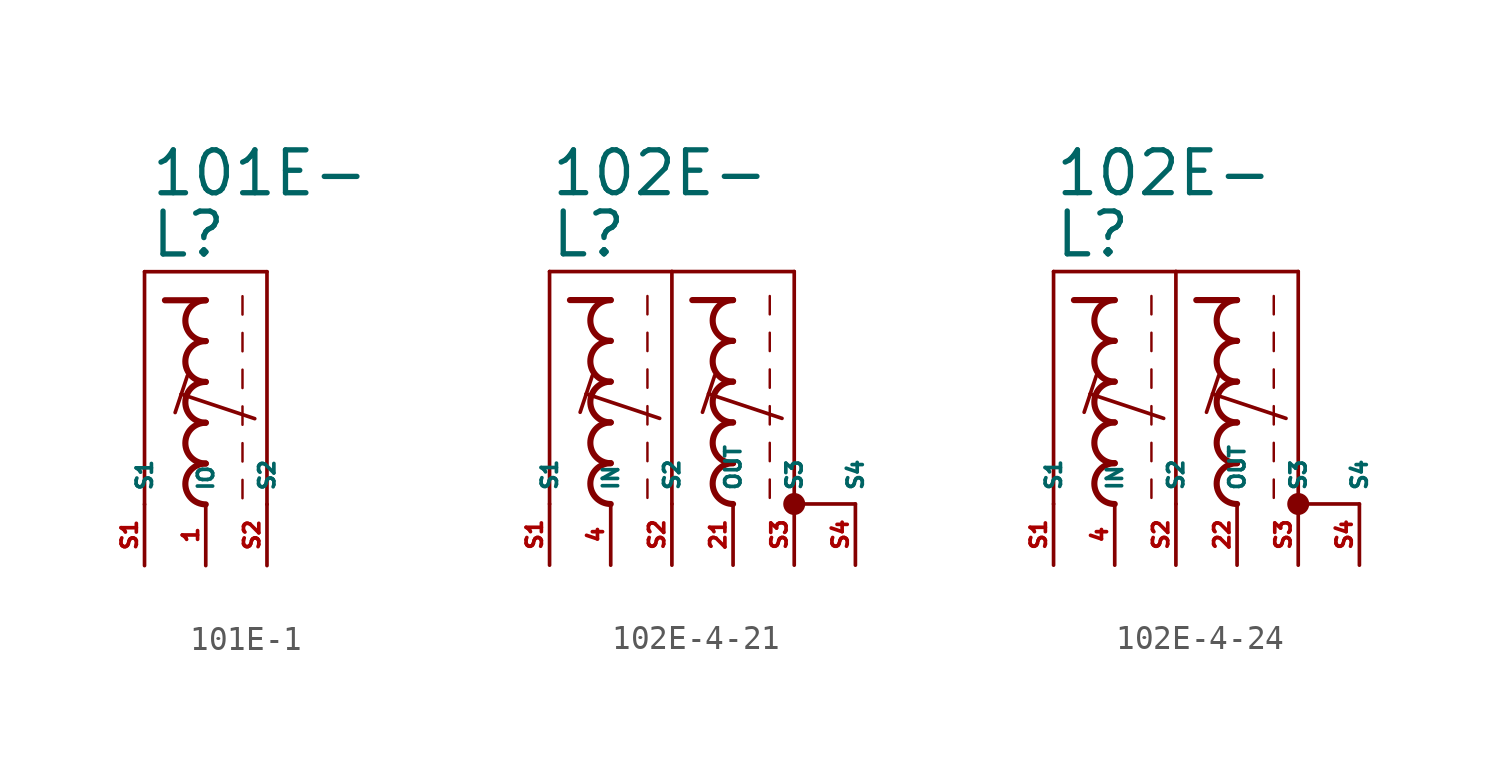
<source format=kicad_sym>
(kicad_symbol_lib
  (version 20220914)
  (generator kicad_symbol_editor)
  (symbol "101E-1"
    (property "Reference" "L"
      (at -2.34 5.08 0)
      (effects (font (size 1.778 1.778) (thickness 0.22)) (justify left bottom)))
    (property "Value" "101E-"
      (at -2.34 7.62 0)
      (effects (font (size 1.778 1.778) (thickness 0.22)) (justify left bottom)))
    (symbol "101E-1_1_1"
      (arc (start 0 -3.3866) (mid -0.8464 -4.2333) (end 0 -5.08) (stroke (width 0.254) (type default)) (fill (type none)))
      (arc (start 0 -1.6932) (mid -0.8464 -2.5399) (end 0 -3.3866) (stroke (width 0.254) (type default)) (fill (type none)))
      (arc (start 0 0) (mid -0.8464 -0.8467) (end 0 -1.6934) (stroke (width 0.254) (type default)) (fill (type none)))
      (polyline (pts (xy -2.54 -5.08) (xy -2.54 4.572)) (stroke (width 0.152) (type default)) (fill (type none)))
      (polyline (pts (xy -2.54 4.572) (xy 2.54 4.572)) (stroke (width 0.152) (type default)) (fill (type none)))
      (polyline (pts (xy -1.016 -0.508) (xy -1.27 -1.27)) (stroke (width 0.152) (type default)) (fill (type none)))
      (polyline (pts (xy -0.762 0.254) (xy -1.016 -0.508)) (stroke (width 0.152) (type default)) (fill (type none)))
      (polyline (pts (xy 0 3.387) (xy -1.693 3.387)) (stroke (width 0.254) (type default)) (fill (type none)))
      (polyline (pts (xy 1.524 -4.064) (xy 1.524 -4.826)) (stroke (width 0.102) (type default)) (fill (type none)))
      (polyline (pts (xy 1.524 -2.54) (xy 1.524 -3.302)) (stroke (width 0.102) (type default)) (fill (type none)))
      (polyline (pts (xy 1.524 -1.016) (xy 1.524 -1.778)) (stroke (width 0.102) (type default)) (fill (type none)))
      (polyline (pts (xy 1.524 0.508) (xy 1.524 -0.254)) (stroke (width 0.102) (type default)) (fill (type none)))
      (polyline (pts (xy 1.524 2.032) (xy 1.524 1.27)) (stroke (width 0.102) (type default)) (fill (type none)))
      (polyline (pts (xy 1.524 3.556) (xy 1.524 2.794)) (stroke (width 0.102) (type default)) (fill (type none)))
      (polyline (pts (xy 2.032 -1.524) (xy -1.016 -0.508)) (stroke (width 0.152) (type default)) (fill (type none)))
      (polyline (pts (xy 2.54 4.572) (xy 2.54 -5.08)) (stroke (width 0.152) (type default)) (fill (type none)))
      (arc (start 0 1.6934) (mid -0.8464 0.8467) (end 0 0) (stroke (width 0.254) (type default)) (fill (type none)))
      (arc (start 0 3.3866) (mid -0.8462 2.54) (end 0 1.6934) (stroke (width 0.254) (type default)) (fill (type none)))
      (pin passive line (at 0 -7.62 90) (length 2.54) (name "IO" (effects (font (size 0.635 0.635)))) (number "1" (effects (font (size 0.635 0.635)))))
      (pin passive line (at -2.54 -7.62 90) (length 2.54) (name "S1" (effects (font (size 0.635 0.635)))) (number "S1" (effects (font (size 0.635 0.635)))))
      (pin passive line (at 2.54 -7.62 90) (length 2.54) (name "S2" (effects (font (size 0.635 0.635)))) (number "S2" (effects (font (size 0.635 0.635)))))))
  (symbol "102E-4-21"
    (property "Reference" "L"
      (at -5.08 7.62 0)
      (effects (font (size 1.778 1.778) (thickness 0.22)) (justify left bottom)))
    (property "Value" "102E-"
      (at -5.08 10.16 0)
      (effects (font (size 1.778 1.778) (thickness 0.22)) (justify left bottom)))
    (symbol "102E-4-21_1_1"
      (arc (start -2.54 -0.8466) (mid -3.3864 -1.6933) (end -2.54 -2.54) (stroke (width 0.254) (type default)) (fill (type none)))
      (arc (start -2.54 0.8466) (mid -3.3862 0) (end -2.54 -0.8466) (stroke (width 0.254) (type default)) (fill (type none)))
      (arc (start -2.54 2.54) (mid -3.3864 1.6933) (end -2.54 0.8466) (stroke (width 0.254) (type default)) (fill (type none)))
      (arc (start -2.54 4.2334) (mid -3.3864 3.3867) (end -2.54 2.54) (stroke (width 0.254) (type default)) (fill (type none)))
      (arc (start -2.54 5.9266) (mid -3.3862 5.08) (end -2.54 4.2334) (stroke (width 0.254) (type default)) (fill (type none)))
      (polyline (pts (xy -5.08 -2.54) (xy -5.08 7.112)) (stroke (width 0.152) (type default)) (fill (type none)))
      (polyline (pts (xy -5.08 7.112) (xy 0 7.112)) (stroke (width 0.152) (type default)) (fill (type none)))
      (polyline (pts (xy -3.556 2.032) (xy -3.81 1.27)) (stroke (width 0.152) (type default)) (fill (type none)))
      (polyline (pts (xy -3.302 2.794) (xy -3.556 2.032)) (stroke (width 0.152) (type default)) (fill (type none)))
      (polyline (pts (xy -2.54 5.927) (xy -4.233 5.927)) (stroke (width 0.254) (type default)) (fill (type none)))
      (polyline (pts (xy -1.016 -1.524) (xy -1.016 -2.286)) (stroke (width 0.102) (type default)) (fill (type none)))
      (polyline (pts (xy -1.016 0) (xy -1.016 -0.762)) (stroke (width 0.102) (type default)) (fill (type none)))
      (polyline (pts (xy -1.016 1.524) (xy -1.016 0.762)) (stroke (width 0.102) (type default)) (fill (type none)))
      (polyline (pts (xy -1.016 3.048) (xy -1.016 2.286)) (stroke (width 0.102) (type default)) (fill (type none)))
      (polyline (pts (xy -1.016 4.572) (xy -1.016 3.81)) (stroke (width 0.102) (type default)) (fill (type none)))
      (polyline (pts (xy -1.016 6.096) (xy -1.016 5.334)) (stroke (width 0.102) (type default)) (fill (type none)))
      (polyline (pts (xy -0.508 1.016) (xy -3.556 2.032)) (stroke (width 0.152) (type default)) (fill (type none)))
      (polyline (pts (xy 0 7.112) (xy 0 -2.54)) (stroke (width 0.152) (type default)) (fill (type none)))
      (polyline (pts (xy 0 7.112) (xy 5.08 7.112)) (stroke (width 0.152) (type default)) (fill (type none)))
      (polyline (pts (xy 1.524 2.032) (xy 1.27 1.27)) (stroke (width 0.152) (type default)) (fill (type none)))
      (polyline (pts (xy 1.778 2.794) (xy 1.524 2.032)) (stroke (width 0.152) (type default)) (fill (type none)))
      (polyline (pts (xy 2.54 5.927) (xy 0.847 5.927)) (stroke (width 0.254) (type default)) (fill (type none)))
      (polyline (pts (xy 4.064 -1.524) (xy 4.064 -2.286)) (stroke (width 0.102) (type default)) (fill (type none)))
      (polyline (pts (xy 4.064 0) (xy 4.064 -0.762)) (stroke (width 0.102) (type default)) (fill (type none)))
      (polyline (pts (xy 4.064 1.524) (xy 4.064 0.762)) (stroke (width 0.102) (type default)) (fill (type none)))
      (polyline (pts (xy 4.064 3.048) (xy 4.064 2.286)) (stroke (width 0.102) (type default)) (fill (type none)))
      (polyline (pts (xy 4.064 4.572) (xy 4.064 3.81)) (stroke (width 0.102) (type default)) (fill (type none)))
      (polyline (pts (xy 4.064 6.096) (xy 4.064 5.334)) (stroke (width 0.102) (type default)) (fill (type none)))
      (polyline (pts (xy 4.572 1.016) (xy 1.524 2.032)) (stroke (width 0.152) (type default)) (fill (type none)))
      (polyline (pts (xy 5.08 7.112) (xy 5.08 -2.54)) (stroke (width 0.152) (type default)) (fill (type none)))
      (polyline (pts (xy 7.62 -2.54) (xy 5.08 -2.54)) (stroke (width 0.152) (type default)) (fill (type none)))
      (arc (start 2.54 -0.8466) (mid 1.6936 -1.6933) (end 2.54 -2.54) (stroke (width 0.254) (type default)) (fill (type none)))
      (arc (start 2.54 0.8466) (mid 1.6938 0) (end 2.54 -0.8466) (stroke (width 0.254) (type default)) (fill (type none)))
      (arc (start 2.54 2.54) (mid 1.6936 1.6933) (end 2.54 0.8466) (stroke (width 0.254) (type default)) (fill (type none)))
      (arc (start 2.54 4.2334) (mid 1.6936 3.3867) (end 2.54 2.54) (stroke (width 0.254) (type default)) (fill (type none)))
      (arc (start 2.54 5.9266) (mid 1.6938 5.08) (end 2.54 4.2334) (stroke (width 0.254) (type default)) (fill (type none)))
      (circle (center 5.08 -2.54) (radius 0.254) (stroke (width 0.406) (type default)) (fill (type none)))
      (pin passive line (at 2.54 -5.08 90) (length 2.54) (name "OUT" (effects (font (size 0.635 0.635)))) (number "21" (effects (font (size 0.635 0.635)))))
      (pin passive line (at -2.54 -5.08 90) (length 2.54) (name "IN" (effects (font (size 0.635 0.635)))) (number "4" (effects (font (size 0.635 0.635)))))
      (pin passive line (at -5.08 -5.08 90) (length 2.54) (name "S1" (effects (font (size 0.635 0.635)))) (number "S1" (effects (font (size 0.635 0.635)))))
      (pin passive line (at 0 -5.08 90) (length 2.54) (name "S2" (effects (font (size 0.635 0.635)))) (number "S2" (effects (font (size 0.635 0.635)))))
      (pin passive line (at 5.08 -5.08 90) (length 2.54) (name "S3" (effects (font (size 0.635 0.635)))) (number "S3" (effects (font (size 0.635 0.635)))))
      (pin passive line (at 7.62 -5.08 90) (length 2.54) (name "S4" (effects (font (size 0.635 0.635)))) (number "S4" (effects (font (size 0.635 0.635)))))))
  (symbol "102E-4-24"
    (property "Reference" "L"
      (at -5.08 7.62 0)
      (effects (font (size 1.778 1.778) (thickness 0.22)) (justify left bottom)))
    (property "Value" "102E-"
      (at -5.08 10.16 0)
      (effects (font (size 1.778 1.778) (thickness 0.22)) (justify left bottom)))
    (symbol "102E-4-24_1_1"
      (arc (start -2.54 -0.8466) (mid -3.3864 -1.6933) (end -2.54 -2.54) (stroke (width 0.254) (type default)) (fill (type none)))
      (arc (start -2.54 0.8466) (mid -3.3862 0) (end -2.54 -0.8466) (stroke (width 0.254) (type default)) (fill (type none)))
      (arc (start -2.54 2.54) (mid -3.3864 1.6933) (end -2.54 0.8466) (stroke (width 0.254) (type default)) (fill (type none)))
      (arc (start -2.54 4.2334) (mid -3.3864 3.3867) (end -2.54 2.54) (stroke (width 0.254) (type default)) (fill (type none)))
      (arc (start -2.54 5.9266) (mid -3.3862 5.08) (end -2.54 4.2334) (stroke (width 0.254) (type default)) (fill (type none)))
      (polyline (pts (xy -5.08 -2.54) (xy -5.08 7.112)) (stroke (width 0.152) (type default)) (fill (type none)))
      (polyline (pts (xy -5.08 7.112) (xy 0 7.112)) (stroke (width 0.152) (type default)) (fill (type none)))
      (polyline (pts (xy -3.556 2.032) (xy -3.81 1.27)) (stroke (width 0.152) (type default)) (fill (type none)))
      (polyline (pts (xy -3.302 2.794) (xy -3.556 2.032)) (stroke (width 0.152) (type default)) (fill (type none)))
      (polyline (pts (xy -2.54 5.927) (xy -4.233 5.927)) (stroke (width 0.254) (type default)) (fill (type none)))
      (polyline (pts (xy -1.016 -1.524) (xy -1.016 -2.286)) (stroke (width 0.102) (type default)) (fill (type none)))
      (polyline (pts (xy -1.016 0) (xy -1.016 -0.762)) (stroke (width 0.102) (type default)) (fill (type none)))
      (polyline (pts (xy -1.016 1.524) (xy -1.016 0.762)) (stroke (width 0.102) (type default)) (fill (type none)))
      (polyline (pts (xy -1.016 3.048) (xy -1.016 2.286)) (stroke (width 0.102) (type default)) (fill (type none)))
      (polyline (pts (xy -1.016 4.572) (xy -1.016 3.81)) (stroke (width 0.102) (type default)) (fill (type none)))
      (polyline (pts (xy -1.016 6.096) (xy -1.016 5.334)) (stroke (width 0.102) (type default)) (fill (type none)))
      (polyline (pts (xy -0.508 1.016) (xy -3.556 2.032)) (stroke (width 0.152) (type default)) (fill (type none)))
      (polyline (pts (xy 0 7.112) (xy 0 -2.54)) (stroke (width 0.152) (type default)) (fill (type none)))
      (polyline (pts (xy 0 7.112) (xy 5.08 7.112)) (stroke (width 0.152) (type default)) (fill (type none)))
      (polyline (pts (xy 1.524 2.032) (xy 1.27 1.27)) (stroke (width 0.152) (type default)) (fill (type none)))
      (polyline (pts (xy 1.778 2.794) (xy 1.524 2.032)) (stroke (width 0.152) (type default)) (fill (type none)))
      (polyline (pts (xy 2.54 5.927) (xy 0.847 5.927)) (stroke (width 0.254) (type default)) (fill (type none)))
      (polyline (pts (xy 4.064 -1.524) (xy 4.064 -2.286)) (stroke (width 0.102) (type default)) (fill (type none)))
      (polyline (pts (xy 4.064 0) (xy 4.064 -0.762)) (stroke (width 0.102) (type default)) (fill (type none)))
      (polyline (pts (xy 4.064 1.524) (xy 4.064 0.762)) (stroke (width 0.102) (type default)) (fill (type none)))
      (polyline (pts (xy 4.064 3.048) (xy 4.064 2.286)) (stroke (width 0.102) (type default)) (fill (type none)))
      (polyline (pts (xy 4.064 4.572) (xy 4.064 3.81)) (stroke (width 0.102) (type default)) (fill (type none)))
      (polyline (pts (xy 4.064 6.096) (xy 4.064 5.334)) (stroke (width 0.102) (type default)) (fill (type none)))
      (polyline (pts (xy 4.572 1.016) (xy 1.524 2.032)) (stroke (width 0.152) (type default)) (fill (type none)))
      (polyline (pts (xy 5.08 7.112) (xy 5.08 -2.54)) (stroke (width 0.152) (type default)) (fill (type none)))
      (polyline (pts (xy 7.62 -2.54) (xy 5.08 -2.54)) (stroke (width 0.152) (type default)) (fill (type none)))
      (arc (start 2.54 -0.8466) (mid 1.6936 -1.6933) (end 2.54 -2.54) (stroke (width 0.254) (type default)) (fill (type none)))
      (arc (start 2.54 0.8466) (mid 1.6938 0) (end 2.54 -0.8466) (stroke (width 0.254) (type default)) (fill (type none)))
      (arc (start 2.54 2.54) (mid 1.6936 1.6933) (end 2.54 0.8466) (stroke (width 0.254) (type default)) (fill (type none)))
      (arc (start 2.54 4.2334) (mid 1.6936 3.3867) (end 2.54 2.54) (stroke (width 0.254) (type default)) (fill (type none)))
      (arc (start 2.54 5.9266) (mid 1.6938 5.08) (end 2.54 4.2334) (stroke (width 0.254) (type default)) (fill (type none)))
      (circle (center 5.08 -2.54) (radius 0.254) (stroke (width 0.406) (type default)) (fill (type none)))
      (pin passive line (at 2.54 -5.08 90) (length 2.54) (name "OUT" (effects (font (size 0.635 0.635)))) (number "22" (effects (font (size 0.635 0.635)))))
      (pin passive line (at -2.54 -5.08 90) (length 2.54) (name "IN" (effects (font (size 0.635 0.635)))) (number "4" (effects (font (size 0.635 0.635)))))
      (pin passive line (at -5.08 -5.08 90) (length 2.54) (name "S1" (effects (font (size 0.635 0.635)))) (number "S1" (effects (font (size 0.635 0.635)))))
      (pin passive line (at 0 -5.08 90) (length 2.54) (name "S2" (effects (font (size 0.635 0.635)))) (number "S2" (effects (font (size 0.635 0.635)))))
      (pin passive line (at 5.08 -5.08 90) (length 2.54) (name "S3" (effects (font (size 0.635 0.635)))) (number "S3" (effects (font (size 0.635 0.635)))))
      (pin passive line (at 7.62 -5.08 90) (length 2.54) (name "S4" (effects (font (size 0.635 0.635)))) (number "S4" (effects (font (size 0.635 0.635))))))))
</source>
